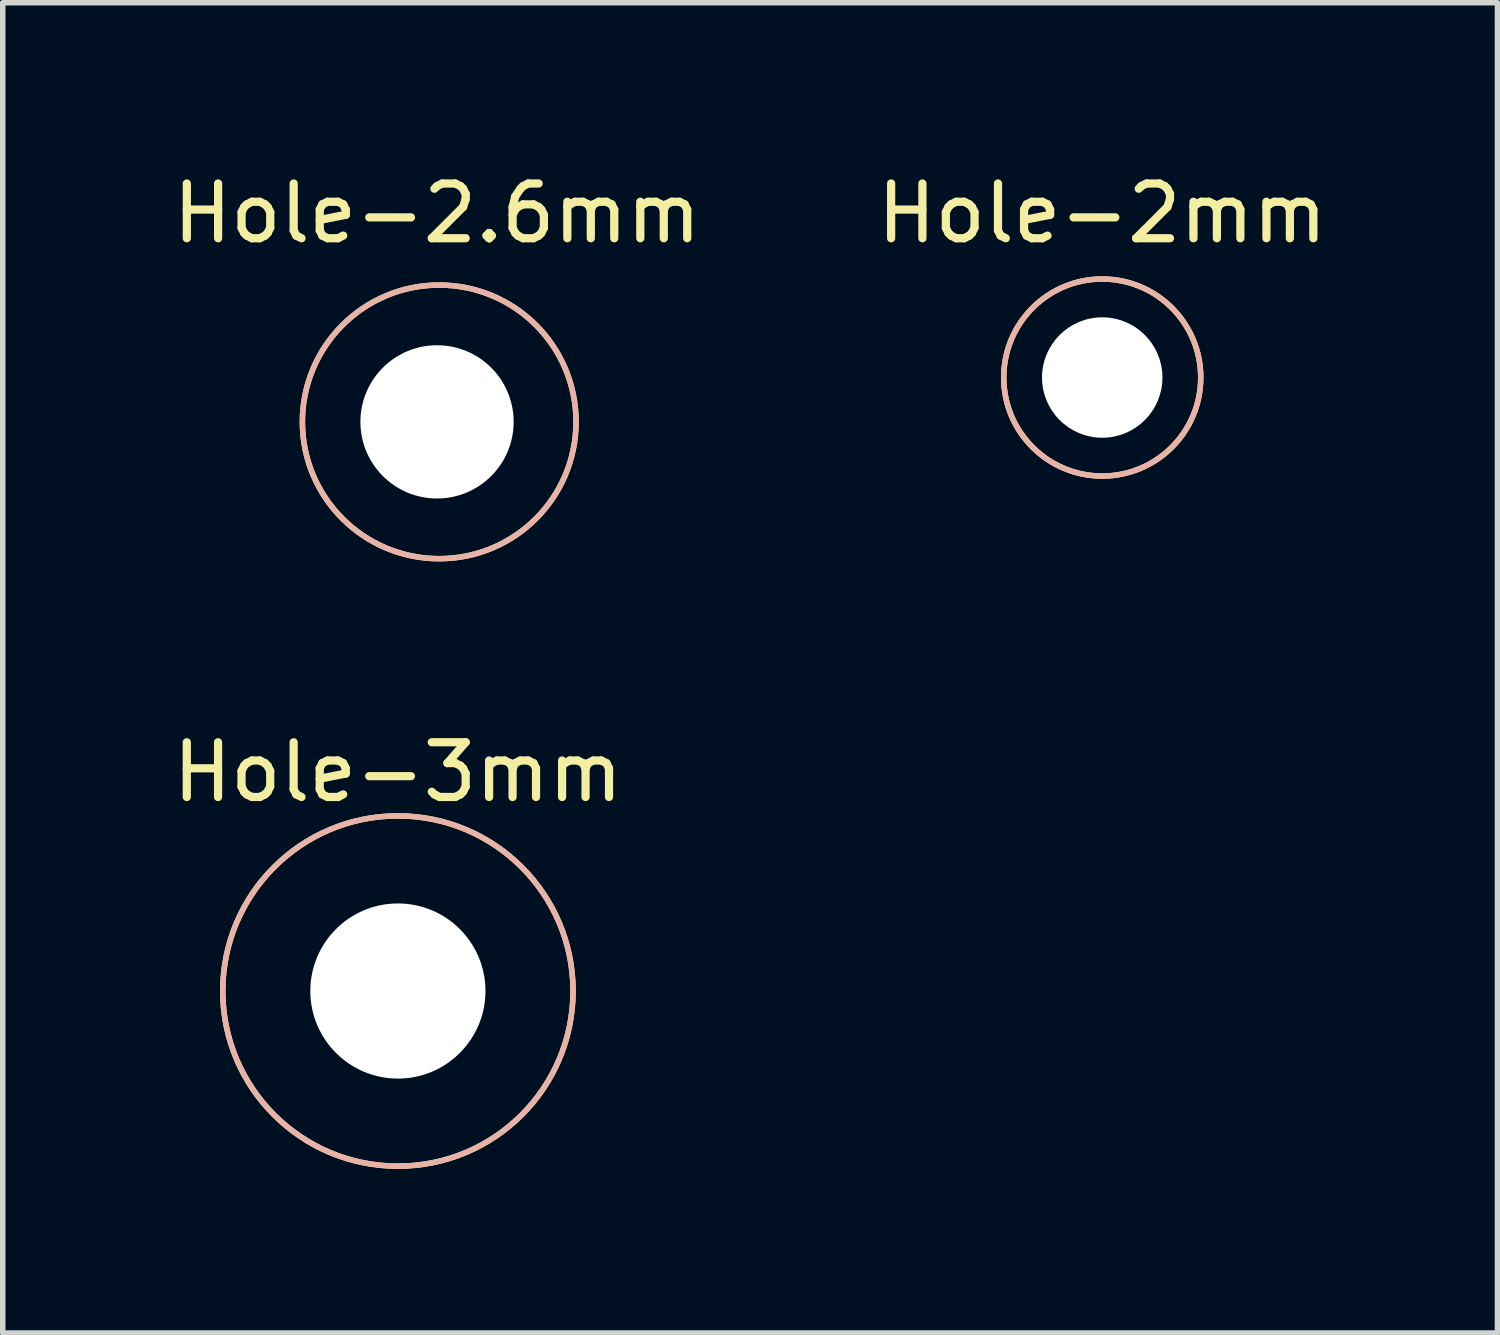
<source format=kicad_pcb>
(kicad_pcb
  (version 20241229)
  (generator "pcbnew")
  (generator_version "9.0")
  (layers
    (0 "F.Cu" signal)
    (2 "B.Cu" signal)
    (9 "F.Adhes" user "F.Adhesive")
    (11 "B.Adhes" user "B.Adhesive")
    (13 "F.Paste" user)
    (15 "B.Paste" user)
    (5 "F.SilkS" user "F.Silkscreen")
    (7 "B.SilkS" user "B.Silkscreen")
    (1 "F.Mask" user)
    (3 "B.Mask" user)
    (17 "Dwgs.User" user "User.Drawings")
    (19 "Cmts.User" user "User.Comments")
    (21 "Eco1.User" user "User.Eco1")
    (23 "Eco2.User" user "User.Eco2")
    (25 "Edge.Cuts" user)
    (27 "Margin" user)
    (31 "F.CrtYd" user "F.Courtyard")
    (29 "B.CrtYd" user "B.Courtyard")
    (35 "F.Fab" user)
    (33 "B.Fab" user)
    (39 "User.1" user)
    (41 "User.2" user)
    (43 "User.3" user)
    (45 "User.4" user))
  (footprint "Hole-2mm"
    (layer "F.Cu")
    (at 17.089 3.848)
    (property "Reference" "Hole-2mm" (at 0 -3 0) (unlocked yes) (layer "F.SilkS") (effects (font (size 1 1) (thickness 0.15))))
    (attr through_hole)
    (fp_circle (center 0 0) (end 1.8 0) (stroke (width 0.1) (type solid)) (fill no) (layer "F.SilkS"))
    (fp_circle (center 0 0) (end 1.8 0) (stroke (width 0.1) (type solid)) (fill no) (layer "B.SilkS"))
    (fp_circle (center 0 0) (end 1.8 0) (stroke (width 0.1) (type default)) (fill no) (layer "Margin"))
    (pad "" np_thru_hole circle (at 0 0) (size 2.2 2.2) (drill 2.2) (layers "*.Cu" "*.Mask")))
  (footprint "Hole-3mm"
    (layer "F.Cu")
    (at 4.22 14.867)
    (property "Reference" "Hole-3mm" (at 0 -3.81 0) (unlocked yes) (layer "F.SilkS") (effects (font (size 1 1) (thickness 0.15))))
    (attr through_hole)
    (fp_circle (center 0 0.19) (end 3.2 0.19) (stroke (width 0.1) (type solid)) (fill no) (layer "F.SilkS"))
    (fp_circle (center 0 0.19) (end 3.2 0.19) (stroke (width 0.1) (type solid)) (fill no) (layer "B.SilkS"))
    (fp_circle (center 0 0.19) (end 3.2 0.19) (stroke (width 0.1) (type default)) (fill no) (layer "Margin"))
    (pad "" np_thru_hole circle (at 0 0.19) (size 3.2 3.2) (drill 3.2) (layers "*.Cu" "*.Mask")))
  (footprint "Hole-2.6mm"
    (layer "F.Cu")
    (at 4.935 4.658)
    (property "Reference" "Hole-2.6mm" (at 0 -3.81 0) (unlocked yes) (layer "F.SilkS") (effects (font (size 1 1) (thickness 0.15))))
    (attr through_hole)
    (fp_circle (center 0.04 0) (end 2.54 0) (stroke (width 0.1) (type solid)) (fill no) (layer "F.SilkS"))
    (fp_circle (center 0.04 0) (end 2.54 0) (stroke (width 0.1) (type solid)) (fill no) (layer "B.SilkS"))
    (fp_circle (center 0.04 0) (end 2.54 0) (stroke (width 0.1) (type default)) (fill no) (layer "Margin"))
    (pad "" np_thru_hole circle (at 0 0) (size 2.8 2.8) (drill 2.8) (layers "*.Cu" "*.Mask")))
  (gr_rect
    (start -3 -3)
    (end 24.31 21.306)
    (stroke (width 0.1) (type default))
    (fill no)
    (layer "Edge.Cuts")))
</source>
